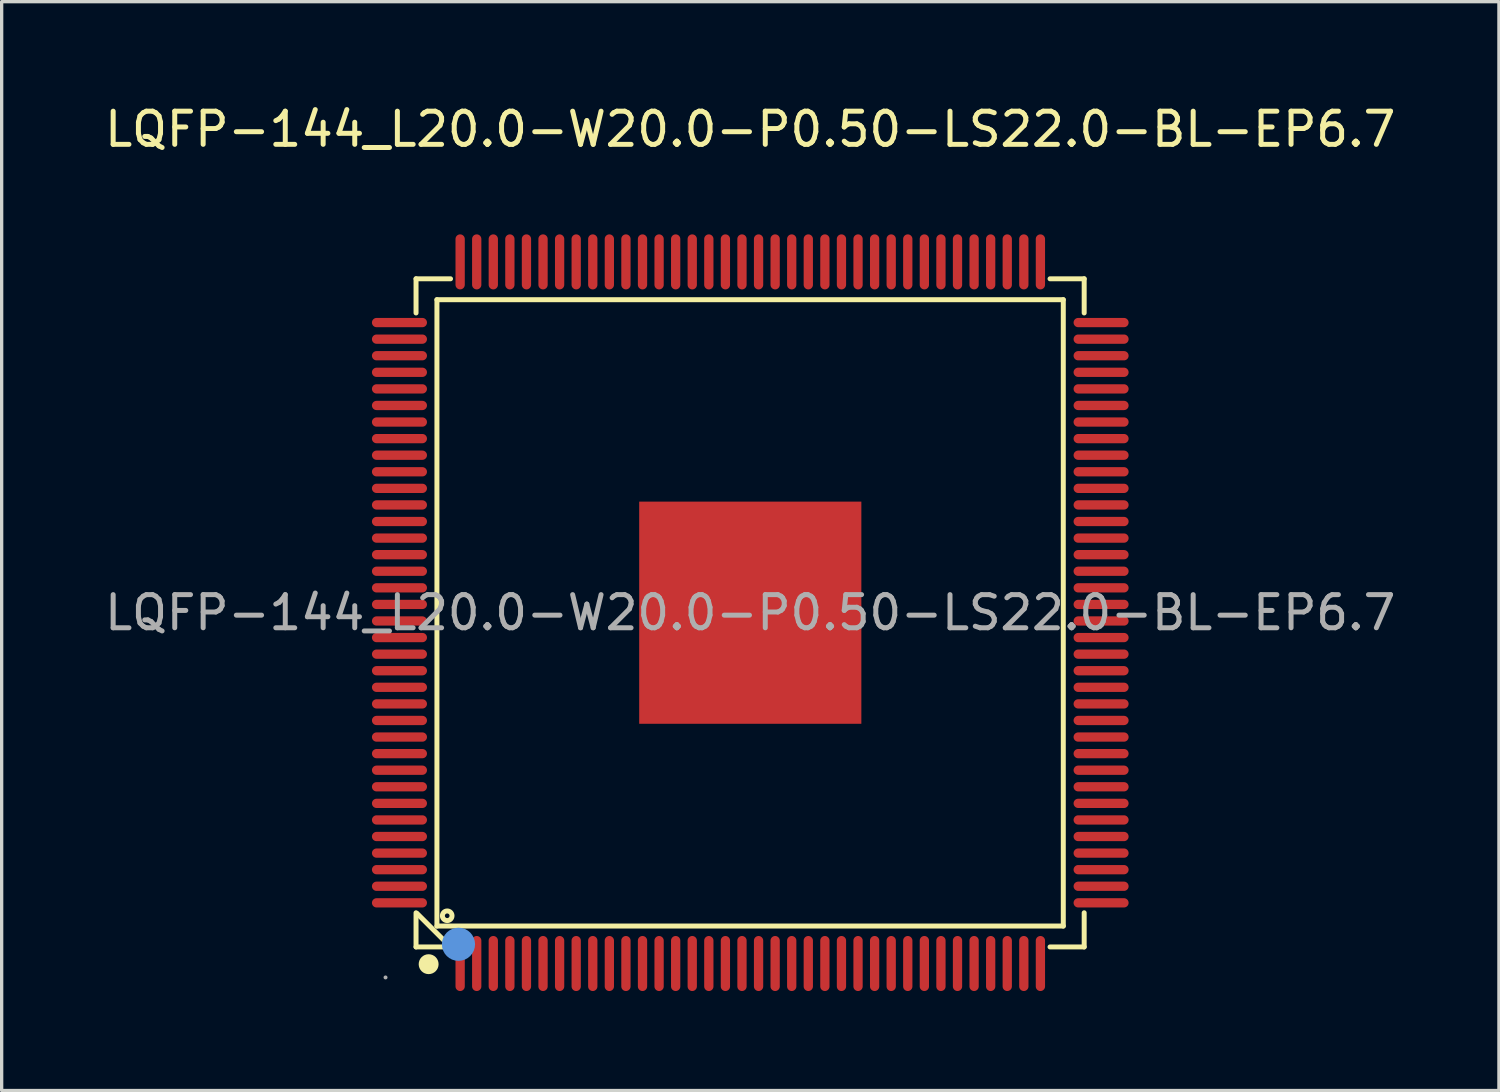
<source format=kicad_pcb>
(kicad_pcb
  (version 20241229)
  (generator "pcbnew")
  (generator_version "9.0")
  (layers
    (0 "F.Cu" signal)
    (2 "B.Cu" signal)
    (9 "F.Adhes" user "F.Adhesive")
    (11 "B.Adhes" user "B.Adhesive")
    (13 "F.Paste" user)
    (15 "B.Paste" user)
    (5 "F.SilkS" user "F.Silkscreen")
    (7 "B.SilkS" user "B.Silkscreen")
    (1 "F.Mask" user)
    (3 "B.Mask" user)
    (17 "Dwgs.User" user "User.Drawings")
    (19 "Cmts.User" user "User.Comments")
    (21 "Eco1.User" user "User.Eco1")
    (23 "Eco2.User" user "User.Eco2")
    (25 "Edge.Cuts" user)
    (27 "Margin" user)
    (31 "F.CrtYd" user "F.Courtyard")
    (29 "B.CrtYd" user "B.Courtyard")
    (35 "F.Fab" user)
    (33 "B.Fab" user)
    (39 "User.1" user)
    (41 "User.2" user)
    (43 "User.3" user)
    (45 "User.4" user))
  (footprint "LQFP-144_L20.0-W20.0-P0.50-LS22.0-BL-EP6.7"
    (layer "F.Cu")
    (at 19.577 15.428)
    (property "Reference" "LQFP-144_L20.0-W20.0-P0.50-LS22.0-BL-EP6.7" (at 0 -14.58 0) (layer "F.SilkS") (effects (font (size 1 1) (thickness 0.15))))
    (attr through_hole)
    (fp_line (start -10.08 -10.07) (end -10.08 -9.04) (stroke (width 0.15) (type solid)) (layer "F.SilkS"))
    (fp_line (start -10.08 10.08) (end -10.08 9.05) (stroke (width 0.15) (type solid)) (layer "F.SilkS"))
    (fp_line (start -10.05 9.07) (end -9.07 10.05) (stroke (width 0.15) (type solid)) (layer "F.SilkS"))
    (fp_line (start -9.45 -9.44) (end 9.44 -9.44) (stroke (width 0.15) (type solid)) (layer "F.SilkS"))
    (fp_line (start -9.45 9.45) (end -9.45 -9.44) (stroke (width 0.15) (type solid)) (layer "F.SilkS"))
    (fp_line (start -9.04 -10.07) (end -10.08 -10.07) (stroke (width 0.15) (type solid)) (layer "F.SilkS"))
    (fp_line (start -9.04 10.08) (end -10.08 10.08) (stroke (width 0.15) (type solid)) (layer "F.SilkS"))
    (fp_line (start 9.04 -10.07) (end 10.07 -10.07) (stroke (width 0.15) (type solid)) (layer "F.SilkS"))
    (fp_line (start 9.04 10.08) (end 10.07 10.08) (stroke (width 0.15) (type solid)) (layer "F.SilkS"))
    (fp_line (start 9.44 -9.44) (end 9.44 9.45) (stroke (width 0.15) (type solid)) (layer "F.SilkS"))
    (fp_line (start 9.44 9.45) (end -9.45 9.45) (stroke (width 0.15) (type solid)) (layer "F.SilkS"))
    (fp_line (start 10.07 -10.07) (end 10.07 -9.04) (stroke (width 0.15) (type solid)) (layer "F.SilkS"))
    (fp_line (start 10.07 10.08) (end 10.07 9.05) (stroke (width 0.15) (type solid)) (layer "F.SilkS"))
    (fp_circle (center -9.7 10.6) (end -9.55 10.6) (stroke (width 0.3) (type solid)) (fill no) (layer "F.SilkS"))
    (fp_circle (center -9.14 9.14) (end -9.07 9.14) (stroke (width 0.15) (type solid)) (fill no) (layer "F.SilkS"))
    (fp_circle (center -8.8 10) (end -8.55 10) (stroke (width 0.5) (type solid)) (fill no) (layer "Cmts.User"))
    (fp_circle (center -11 11) (end -10.97 11) (stroke (width 0.06) (type solid)) (fill no) (layer "F.Fab"))
    (fp_text user "${REFERENCE}" (at 0 0 0) (layer "F.Fab") (effects (font (size 1 1) (thickness 0.15))))
    (pad "1" smd oval (at -8.75 10.58 90) (size 1.66 0.28) (layers "F.Cu" "F.Mask" "F.Paste"))
    (pad "2" smd oval (at -8.25 10.58 90) (size 1.66 0.28) (layers "F.Cu" "F.Mask" "F.Paste"))
    (pad "3" smd oval (at -7.75 10.58 90) (size 1.66 0.28) (layers "F.Cu" "F.Mask" "F.Paste"))
    (pad "4" smd oval (at -7.25 10.58 90) (size 1.66 0.28) (layers "F.Cu" "F.Mask" "F.Paste"))
    (pad "5" smd oval (at -6.75 10.58 90) (size 1.66 0.28) (layers "F.Cu" "F.Mask" "F.Paste"))
    (pad "6" smd oval (at -6.25 10.58 90) (size 1.66 0.28) (layers "F.Cu" "F.Mask" "F.Paste"))
    (pad "7" smd oval (at -5.75 10.58 90) (size 1.66 0.28) (layers "F.Cu" "F.Mask" "F.Paste"))
    (pad "8" smd oval (at -5.25 10.58 90) (size 1.66 0.28) (layers "F.Cu" "F.Mask" "F.Paste"))
    (pad "9" smd oval (at -4.75 10.58 90) (size 1.66 0.28) (layers "F.Cu" "F.Mask" "F.Paste"))
    (pad "10" smd oval (at -4.25 10.58 90) (size 1.66 0.28) (layers "F.Cu" "F.Mask" "F.Paste"))
    (pad "11" smd oval (at -3.75 10.58 90) (size 1.66 0.28) (layers "F.Cu" "F.Mask" "F.Paste"))
    (pad "12" smd oval (at -3.25 10.58 90) (size 1.66 0.28) (layers "F.Cu" "F.Mask" "F.Paste"))
    (pad "13" smd oval (at -2.75 10.58 90) (size 1.66 0.28) (layers "F.Cu" "F.Mask" "F.Paste"))
    (pad "14" smd oval (at -2.25 10.58 90) (size 1.66 0.28) (layers "F.Cu" "F.Mask" "F.Paste"))
    (pad "15" smd oval (at -1.75 10.58 90) (size 1.66 0.28) (layers "F.Cu" "F.Mask" "F.Paste"))
    (pad "16" smd oval (at -1.25 10.58 90) (size 1.66 0.28) (layers "F.Cu" "F.Mask" "F.Paste"))
    (pad "17" smd oval (at -0.75 10.58 90) (size 1.66 0.28) (layers "F.Cu" "F.Mask" "F.Paste"))
    (pad "18" smd oval (at -0.25 10.58 90) (size 1.66 0.28) (layers "F.Cu" "F.Mask" "F.Paste"))
    (pad "19" smd oval (at 0.25 10.58 90) (size 1.66 0.28) (layers "F.Cu" "F.Mask" "F.Paste"))
    (pad "20" smd oval (at 0.75 10.58 90) (size 1.66 0.28) (layers "F.Cu" "F.Mask" "F.Paste"))
    (pad "21" smd oval (at 1.25 10.58 90) (size 1.66 0.28) (layers "F.Cu" "F.Mask" "F.Paste"))
    (pad "22" smd oval (at 1.75 10.58 90) (size 1.66 0.28) (layers "F.Cu" "F.Mask" "F.Paste"))
    (pad "23" smd oval (at 2.25 10.58 90) (size 1.66 0.28) (layers "F.Cu" "F.Mask" "F.Paste"))
    (pad "24" smd oval (at 2.75 10.58 90) (size 1.66 0.28) (layers "F.Cu" "F.Mask" "F.Paste"))
    (pad "25" smd oval (at 3.25 10.58 90) (size 1.66 0.28) (layers "F.Cu" "F.Mask" "F.Paste"))
    (pad "26" smd oval (at 3.75 10.58 90) (size 1.66 0.28) (layers "F.Cu" "F.Mask" "F.Paste"))
    (pad "27" smd oval (at 4.25 10.58 90) (size 1.66 0.28) (layers "F.Cu" "F.Mask" "F.Paste"))
    (pad "28" smd oval (at 4.75 10.58 90) (size 1.66 0.28) (layers "F.Cu" "F.Mask" "F.Paste"))
    (pad "29" smd oval (at 5.25 10.58 90) (size 1.66 0.28) (layers "F.Cu" "F.Mask" "F.Paste"))
    (pad "30" smd oval (at 5.75 10.58 90) (size 1.66 0.28) (layers "F.Cu" "F.Mask" "F.Paste"))
    (pad "31" smd oval (at 6.25 10.58 90) (size 1.66 0.28) (layers "F.Cu" "F.Mask" "F.Paste"))
    (pad "32" smd oval (at 6.75 10.58 90) (size 1.66 0.28) (layers "F.Cu" "F.Mask" "F.Paste"))
    (pad "33" smd oval (at 7.25 10.58 90) (size 1.66 0.28) (layers "F.Cu" "F.Mask" "F.Paste"))
    (pad "34" smd oval (at 7.75 10.58 90) (size 1.66 0.28) (layers "F.Cu" "F.Mask" "F.Paste"))
    (pad "35" smd oval (at 8.25 10.58 90) (size 1.66 0.28) (layers "F.Cu" "F.Mask" "F.Paste"))
    (pad "36" smd oval (at 8.75 10.58 90) (size 1.66 0.28) (layers "F.Cu" "F.Mask" "F.Paste"))
    (pad "37" smd oval (at 10.58 8.75 90) (size 0.28 1.66) (layers "F.Cu" "F.Mask" "F.Paste"))
    (pad "38" smd oval (at 10.58 8.25 90) (size 0.28 1.66) (layers "F.Cu" "F.Mask" "F.Paste"))
    (pad "39" smd oval (at 10.58 7.75 90) (size 0.28 1.66) (layers "F.Cu" "F.Mask" "F.Paste"))
    (pad "40" smd oval (at 10.58 7.25 90) (size 0.28 1.66) (layers "F.Cu" "F.Mask" "F.Paste"))
    (pad "41" smd oval (at 10.58 6.75 90) (size 0.28 1.66) (layers "F.Cu" "F.Mask" "F.Paste"))
    (pad "42" smd oval (at 10.58 6.25 90) (size 0.28 1.66) (layers "F.Cu" "F.Mask" "F.Paste"))
    (pad "43" smd oval (at 10.58 5.75 90) (size 0.28 1.66) (layers "F.Cu" "F.Mask" "F.Paste"))
    (pad "44" smd oval (at 10.58 5.25 90) (size 0.28 1.66) (layers "F.Cu" "F.Mask" "F.Paste"))
    (pad "45" smd oval (at 10.58 4.75 90) (size 0.28 1.66) (layers "F.Cu" "F.Mask" "F.Paste"))
    (pad "46" smd oval (at 10.58 4.25 90) (size 0.28 1.66) (layers "F.Cu" "F.Mask" "F.Paste"))
    (pad "47" smd oval (at 10.58 3.75 90) (size 0.28 1.66) (layers "F.Cu" "F.Mask" "F.Paste"))
    (pad "48" smd oval (at 10.58 3.25 90) (size 0.28 1.66) (layers "F.Cu" "F.Mask" "F.Paste"))
    (pad "49" smd oval (at 10.58 2.75 90) (size 0.28 1.66) (layers "F.Cu" "F.Mask" "F.Paste"))
    (pad "50" smd oval (at 10.58 2.25 90) (size 0.28 1.66) (layers "F.Cu" "F.Mask" "F.Paste"))
    (pad "51" smd oval (at 10.58 1.75 90) (size 0.28 1.66) (layers "F.Cu" "F.Mask" "F.Paste"))
    (pad "52" smd oval (at 10.58 1.25 90) (size 0.28 1.66) (layers "F.Cu" "F.Mask" "F.Paste"))
    (pad "53" smd oval (at 10.58 0.75 90) (size 0.28 1.66) (layers "F.Cu" "F.Mask" "F.Paste"))
    (pad "54" smd oval (at 10.58 0.25 90) (size 0.28 1.66) (layers "F.Cu" "F.Mask" "F.Paste"))
    (pad "55" smd oval (at 10.58 -0.25 90) (size 0.28 1.66) (layers "F.Cu" "F.Mask" "F.Paste"))
    (pad "56" smd oval (at 10.58 -0.75 90) (size 0.28 1.66) (layers "F.Cu" "F.Mask" "F.Paste"))
    (pad "57" smd oval (at 10.58 -1.25 90) (size 0.28 1.66) (layers "F.Cu" "F.Mask" "F.Paste"))
    (pad "58" smd oval (at 10.58 -1.75 90) (size 0.28 1.66) (layers "F.Cu" "F.Mask" "F.Paste"))
    (pad "59" smd oval (at 10.58 -2.25 90) (size 0.28 1.66) (layers "F.Cu" "F.Mask" "F.Paste"))
    (pad "60" smd oval (at 10.58 -2.75 90) (size 0.28 1.66) (layers "F.Cu" "F.Mask" "F.Paste"))
    (pad "61" smd oval (at 10.58 -3.25 90) (size 0.28 1.66) (layers "F.Cu" "F.Mask" "F.Paste"))
    (pad "62" smd oval (at 10.58 -3.75 90) (size 0.28 1.66) (layers "F.Cu" "F.Mask" "F.Paste"))
    (pad "63" smd oval (at 10.58 -4.25 90) (size 0.28 1.66) (layers "F.Cu" "F.Mask" "F.Paste"))
    (pad "64" smd oval (at 10.58 -4.75 90) (size 0.28 1.66) (layers "F.Cu" "F.Mask" "F.Paste"))
    (pad "65" smd oval (at 10.58 -5.25 90) (size 0.28 1.66) (layers "F.Cu" "F.Mask" "F.Paste"))
    (pad "66" smd oval (at 10.58 -5.75 90) (size 0.28 1.66) (layers "F.Cu" "F.Mask" "F.Paste"))
    (pad "67" smd oval (at 10.58 -6.25 90) (size 0.28 1.66) (layers "F.Cu" "F.Mask" "F.Paste"))
    (pad "68" smd oval (at 10.58 -6.75 90) (size 0.28 1.66) (layers "F.Cu" "F.Mask" "F.Paste"))
    (pad "69" smd oval (at 10.58 -7.25 90) (size 0.28 1.66) (layers "F.Cu" "F.Mask" "F.Paste"))
    (pad "70" smd oval (at 10.58 -7.75 90) (size 0.28 1.66) (layers "F.Cu" "F.Mask" "F.Paste"))
    (pad "71" smd oval (at 10.58 -8.25 90) (size 0.28 1.66) (layers "F.Cu" "F.Mask" "F.Paste"))
    (pad "72" smd oval (at 10.58 -8.75 90) (size 0.28 1.66) (layers "F.Cu" "F.Mask" "F.Paste"))
    (pad "73" smd oval (at 8.75 -10.58 90) (size 1.66 0.28) (layers "F.Cu" "F.Mask" "F.Paste"))
    (pad "74" smd oval (at 8.25 -10.58 90) (size 1.66 0.28) (layers "F.Cu" "F.Mask" "F.Paste"))
    (pad "75" smd oval (at 7.75 -10.58 90) (size 1.66 0.28) (layers "F.Cu" "F.Mask" "F.Paste"))
    (pad "76" smd oval (at 7.25 -10.58 90) (size 1.66 0.28) (layers "F.Cu" "F.Mask" "F.Paste"))
    (pad "77" smd oval (at 6.75 -10.58 90) (size 1.66 0.28) (layers "F.Cu" "F.Mask" "F.Paste"))
    (pad "78" smd oval (at 6.25 -10.58 90) (size 1.66 0.28) (layers "F.Cu" "F.Mask" "F.Paste"))
    (pad "79" smd oval (at 5.75 -10.58 90) (size 1.66 0.28) (layers "F.Cu" "F.Mask" "F.Paste"))
    (pad "80" smd oval (at 5.25 -10.58 90) (size 1.66 0.28) (layers "F.Cu" "F.Mask" "F.Paste"))
    (pad "81" smd oval (at 4.75 -10.58 90) (size 1.66 0.28) (layers "F.Cu" "F.Mask" "F.Paste"))
    (pad "82" smd oval (at 4.25 -10.58 90) (size 1.66 0.28) (layers "F.Cu" "F.Mask" "F.Paste"))
    (pad "83" smd oval (at 3.75 -10.58 90) (size 1.66 0.28) (layers "F.Cu" "F.Mask" "F.Paste"))
    (pad "84" smd oval (at 3.25 -10.58 90) (size 1.66 0.28) (layers "F.Cu" "F.Mask" "F.Paste"))
    (pad "85" smd oval (at 2.75 -10.58 90) (size 1.66 0.28) (layers "F.Cu" "F.Mask" "F.Paste"))
    (pad "86" smd oval (at 2.25 -10.58 90) (size 1.66 0.28) (layers "F.Cu" "F.Mask" "F.Paste"))
    (pad "87" smd oval (at 1.75 -10.58 90) (size 1.66 0.28) (layers "F.Cu" "F.Mask" "F.Paste"))
    (pad "88" smd oval (at 1.25 -10.58 90) (size 1.66 0.28) (layers "F.Cu" "F.Mask" "F.Paste"))
    (pad "89" smd oval (at 0.75 -10.58 90) (size 1.66 0.28) (layers "F.Cu" "F.Mask" "F.Paste"))
    (pad "90" smd oval (at 0.25 -10.58 90) (size 1.66 0.28) (layers "F.Cu" "F.Mask" "F.Paste"))
    (pad "91" smd oval (at -0.25 -10.58 90) (size 1.66 0.28) (layers "F.Cu" "F.Mask" "F.Paste"))
    (pad "92" smd oval (at -0.75 -10.58 90) (size 1.66 0.28) (layers "F.Cu" "F.Mask" "F.Paste"))
    (pad "93" smd oval (at -1.25 -10.58 90) (size 1.66 0.28) (layers "F.Cu" "F.Mask" "F.Paste"))
    (pad "94" smd oval (at -1.75 -10.58 90) (size 1.66 0.28) (layers "F.Cu" "F.Mask" "F.Paste"))
    (pad "95" smd oval (at -2.25 -10.58 90) (size 1.66 0.28) (layers "F.Cu" "F.Mask" "F.Paste"))
    (pad "96" smd oval (at -2.75 -10.58 90) (size 1.66 0.28) (layers "F.Cu" "F.Mask" "F.Paste"))
    (pad "97" smd oval (at -3.25 -10.58 90) (size 1.66 0.28) (layers "F.Cu" "F.Mask" "F.Paste"))
    (pad "98" smd oval (at -3.75 -10.58 90) (size 1.66 0.28) (layers "F.Cu" "F.Mask" "F.Paste"))
    (pad "99" smd oval (at -4.25 -10.58 90) (size 1.66 0.28) (layers "F.Cu" "F.Mask" "F.Paste"))
    (pad "100" smd oval (at -4.75 -10.58 90) (size 1.66 0.28) (layers "F.Cu" "F.Mask" "F.Paste"))
    (pad "101" smd oval (at -5.25 -10.58 90) (size 1.66 0.28) (layers "F.Cu" "F.Mask" "F.Paste"))
    (pad "102" smd oval (at -5.75 -10.58 90) (size 1.66 0.28) (layers "F.Cu" "F.Mask" "F.Paste"))
    (pad "103" smd oval (at -6.25 -10.58 90) (size 1.66 0.28) (layers "F.Cu" "F.Mask" "F.Paste"))
    (pad "104" smd oval (at -6.75 -10.58 90) (size 1.66 0.28) (layers "F.Cu" "F.Mask" "F.Paste"))
    (pad "105" smd oval (at -7.25 -10.58 90) (size 1.66 0.28) (layers "F.Cu" "F.Mask" "F.Paste"))
    (pad "106" smd oval (at -7.75 -10.58 90) (size 1.66 0.28) (layers "F.Cu" "F.Mask" "F.Paste"))
    (pad "107" smd oval (at -8.25 -10.58 90) (size 1.66 0.28) (layers "F.Cu" "F.Mask" "F.Paste"))
    (pad "108" smd oval (at -8.75 -10.58 90) (size 1.66 0.28) (layers "F.Cu" "F.Mask" "F.Paste"))
    (pad "109" smd oval (at -10.58 -8.75 90) (size 0.28 1.66) (layers "F.Cu" "F.Mask" "F.Paste"))
    (pad "110" smd oval (at -10.58 -8.25 90) (size 0.28 1.66) (layers "F.Cu" "F.Mask" "F.Paste"))
    (pad "111" smd oval (at -10.58 -7.75 90) (size 0.28 1.66) (layers "F.Cu" "F.Mask" "F.Paste"))
    (pad "112" smd oval (at -10.58 -7.25 90) (size 0.28 1.66) (layers "F.Cu" "F.Mask" "F.Paste"))
    (pad "113" smd oval (at -10.58 -6.75 90) (size 0.28 1.66) (layers "F.Cu" "F.Mask" "F.Paste"))
    (pad "114" smd oval (at -10.58 -6.25 90) (size 0.28 1.66) (layers "F.Cu" "F.Mask" "F.Paste"))
    (pad "115" smd oval (at -10.58 -5.75 90) (size 0.28 1.66) (layers "F.Cu" "F.Mask" "F.Paste"))
    (pad "116" smd oval (at -10.58 -5.25 90) (size 0.28 1.66) (layers "F.Cu" "F.Mask" "F.Paste"))
    (pad "117" smd oval (at -10.58 -4.75 90) (size 0.28 1.66) (layers "F.Cu" "F.Mask" "F.Paste"))
    (pad "118" smd oval (at -10.58 -4.25 90) (size 0.28 1.66) (layers "F.Cu" "F.Mask" "F.Paste"))
    (pad "119" smd oval (at -10.58 -3.75 90) (size 0.28 1.66) (layers "F.Cu" "F.Mask" "F.Paste"))
    (pad "120" smd oval (at -10.58 -3.25 90) (size 0.28 1.66) (layers "F.Cu" "F.Mask" "F.Paste"))
    (pad "121" smd oval (at -10.58 -2.75 90) (size 0.28 1.66) (layers "F.Cu" "F.Mask" "F.Paste"))
    (pad "122" smd oval (at -10.58 -2.25 90) (size 0.28 1.66) (layers "F.Cu" "F.Mask" "F.Paste"))
    (pad "123" smd oval (at -10.58 -1.75 90) (size 0.28 1.66) (layers "F.Cu" "F.Mask" "F.Paste"))
    (pad "124" smd oval (at -10.58 -1.25 90) (size 0.28 1.66) (layers "F.Cu" "F.Mask" "F.Paste"))
    (pad "125" smd oval (at -10.58 -0.75 90) (size 0.28 1.66) (layers "F.Cu" "F.Mask" "F.Paste"))
    (pad "126" smd oval (at -10.58 -0.25 90) (size 0.28 1.66) (layers "F.Cu" "F.Mask" "F.Paste"))
    (pad "127" smd oval (at -10.58 0.25 90) (size 0.28 1.66) (layers "F.Cu" "F.Mask" "F.Paste"))
    (pad "128" smd oval (at -10.58 0.75 90) (size 0.28 1.66) (layers "F.Cu" "F.Mask" "F.Paste"))
    (pad "129" smd oval (at -10.58 1.25 90) (size 0.28 1.66) (layers "F.Cu" "F.Mask" "F.Paste"))
    (pad "130" smd oval (at -10.58 1.75 90) (size 0.28 1.66) (layers "F.Cu" "F.Mask" "F.Paste"))
    (pad "131" smd oval (at -10.58 2.25 90) (size 0.28 1.66) (layers "F.Cu" "F.Mask" "F.Paste"))
    (pad "132" smd oval (at -10.58 2.75 90) (size 0.28 1.66) (layers "F.Cu" "F.Mask" "F.Paste"))
    (pad "133" smd oval (at -10.58 3.25 90) (size 0.28 1.66) (layers "F.Cu" "F.Mask" "F.Paste"))
    (pad "134" smd oval (at -10.58 3.75 90) (size 0.28 1.66) (layers "F.Cu" "F.Mask" "F.Paste"))
    (pad "135" smd oval (at -10.58 4.25 90) (size 0.28 1.66) (layers "F.Cu" "F.Mask" "F.Paste"))
    (pad "136" smd oval (at -10.58 4.75 90) (size 0.28 1.66) (layers "F.Cu" "F.Mask" "F.Paste"))
    (pad "137" smd oval (at -10.58 5.25 90) (size 0.28 1.66) (layers "F.Cu" "F.Mask" "F.Paste"))
    (pad "138" smd oval (at -10.58 5.75 90) (size 0.28 1.66) (layers "F.Cu" "F.Mask" "F.Paste"))
    (pad "139" smd oval (at -10.58 6.25 90) (size 0.28 1.66) (layers "F.Cu" "F.Mask" "F.Paste"))
    (pad "140" smd oval (at -10.58 6.75 90) (size 0.28 1.66) (layers "F.Cu" "F.Mask" "F.Paste"))
    (pad "141" smd oval (at -10.58 7.25 90) (size 0.28 1.66) (layers "F.Cu" "F.Mask" "F.Paste"))
    (pad "142" smd oval (at -10.58 7.75 90) (size 0.28 1.66) (layers "F.Cu" "F.Mask" "F.Paste"))
    (pad "143" smd oval (at -10.58 8.25 90) (size 0.28 1.66) (layers "F.Cu" "F.Mask" "F.Paste"))
    (pad "144" smd oval (at -10.58 8.75 90) (size 0.28 1.66) (layers "F.Cu" "F.Mask" "F.Paste"))
    (pad "145" smd rect (at 0 0 90) (size 6.7 6.7) (layers "F.Cu" "F.Mask" "F.Paste")))
  (gr_rect
    (start -3 -3)
    (end 42.155 29.838)
    (stroke (width 0.1) (type default))
    (fill no)
    (layer "Edge.Cuts")))
</source>
